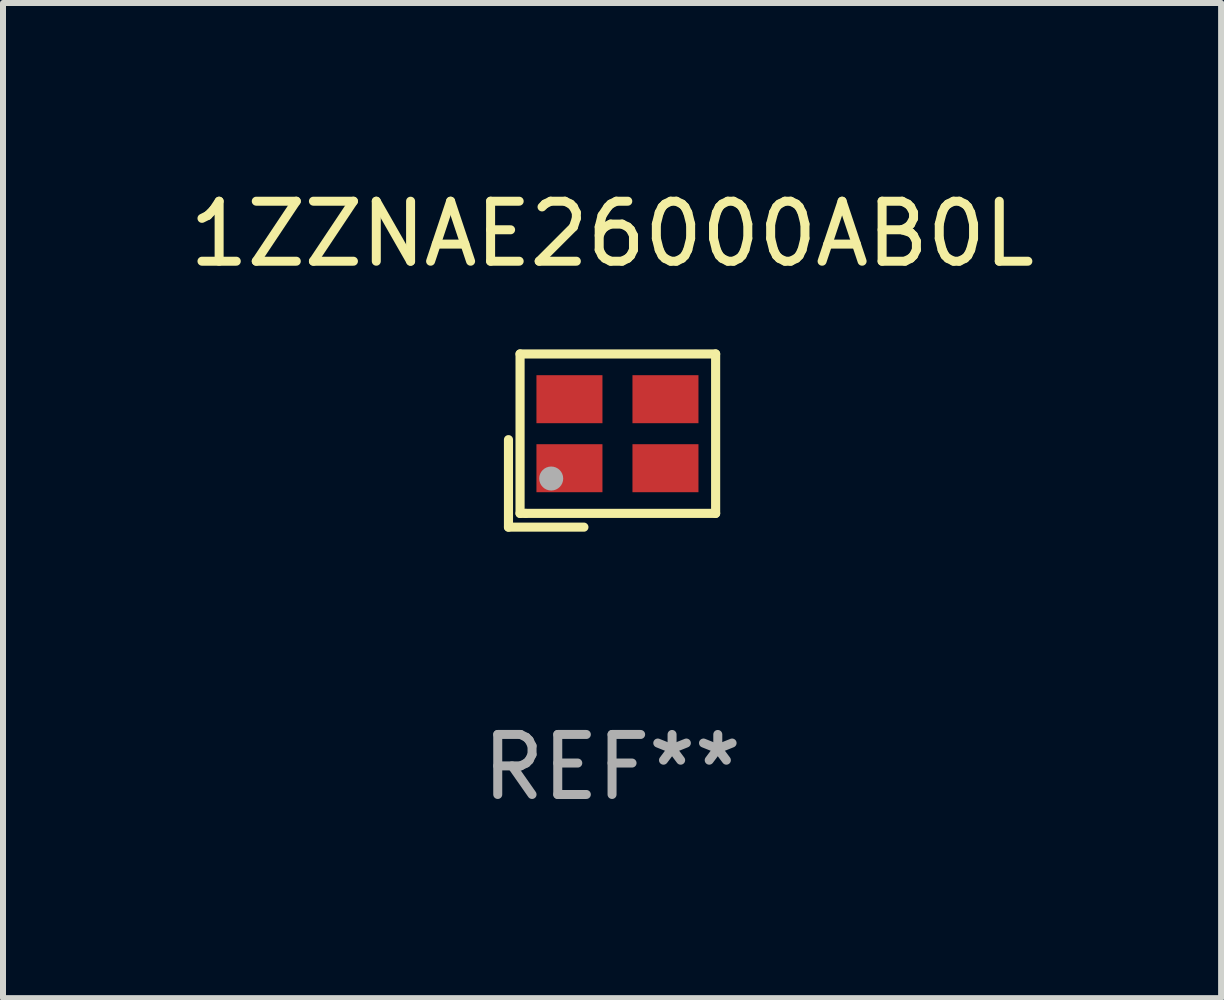
<source format=kicad_pcb>
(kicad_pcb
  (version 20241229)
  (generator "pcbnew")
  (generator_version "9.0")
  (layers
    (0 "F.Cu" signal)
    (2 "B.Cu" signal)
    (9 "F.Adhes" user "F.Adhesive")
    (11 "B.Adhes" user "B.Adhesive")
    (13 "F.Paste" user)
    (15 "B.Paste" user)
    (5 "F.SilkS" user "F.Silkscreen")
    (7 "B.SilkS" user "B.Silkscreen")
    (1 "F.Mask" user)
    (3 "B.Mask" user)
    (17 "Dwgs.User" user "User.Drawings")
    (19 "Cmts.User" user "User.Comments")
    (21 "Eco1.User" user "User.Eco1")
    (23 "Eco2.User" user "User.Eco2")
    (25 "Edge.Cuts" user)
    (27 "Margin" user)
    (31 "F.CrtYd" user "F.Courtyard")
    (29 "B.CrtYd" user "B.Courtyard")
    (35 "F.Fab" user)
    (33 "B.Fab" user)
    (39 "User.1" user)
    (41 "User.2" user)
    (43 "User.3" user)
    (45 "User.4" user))
  (footprint "1ZZNAE26000AB0L"
    (layer "F.Cu")
    (at 7.149 4.291)
    (property "Reference" "1ZZNAE26000AB0L" (at 0 -3.443 0) (layer "F.SilkS") (effects (font (size 1 1) (thickness 0.15))))
    (attr through_hole)
    (fp_line (start -1.726 -0.015) (end -1.726 1.443) (stroke (width 0.152) (type solid)) (layer "F.SilkS"))
    (fp_line (start -1.726 1.443) (end -0.469 1.443) (stroke (width 0.152) (type solid)) (layer "F.SilkS"))
    (fp_line (start -1.533 -1.443) (end 1.726 -1.443) (stroke (width 0.152) (type solid)) (layer "F.SilkS"))
    (fp_line (start -1.533 1.214) (end -1.533 -1.443) (stroke (width 0.152) (type solid)) (layer "F.SilkS"))
    (fp_line (start -1.439 1.214) (end -1.533 1.214) (stroke (width 0.152) (type solid)) (layer "F.SilkS"))
    (fp_line (start 1.726 -1.443) (end 1.726 1.214) (stroke (width 0.152) (type solid)) (layer "F.SilkS"))
    (fp_line (start 1.726 1.214) (end -1.439 1.214) (stroke (width 0.152) (type solid)) (layer "F.SilkS"))
    (fp_circle (center -0.91 0.686) (end -0.88 0.686) (stroke (width 0.06) (type solid)) (fill no) (layer "F.SilkS"))
    (fp_circle (center -1.014 0.633) (end -0.914 0.633) (stroke (width 0.2) (type solid)) (fill no) (layer "F.Fab"))
    (fp_text user "REF**" (at 0 5.443 0) (layer "F.Fab") (effects (font (size 1 1) (thickness 0.15))))
    (pad "1" smd rect (at -0.71 0.461) (size 1.1 0.8) (layers "F.Cu" "F.Mask" "F.Paste"))
    (pad "2" smd rect (at 0.89 0.461) (size 1.1 0.8) (layers "F.Cu" "F.Mask" "F.Paste"))
    (pad "3" smd rect (at 0.89 -0.689) (size 1.1 0.8) (layers "F.Cu" "F.Mask" "F.Paste"))
    (pad "4" smd rect (at -0.71 -0.689) (size 1.1 0.8) (layers "F.Cu" "F.Mask" "F.Paste")))
  (gr_rect
    (start -3 -3)
    (end 17.298 13.582)
    (stroke (width 0.1) (type default))
    (fill no)
    (layer "Edge.Cuts")))
</source>
